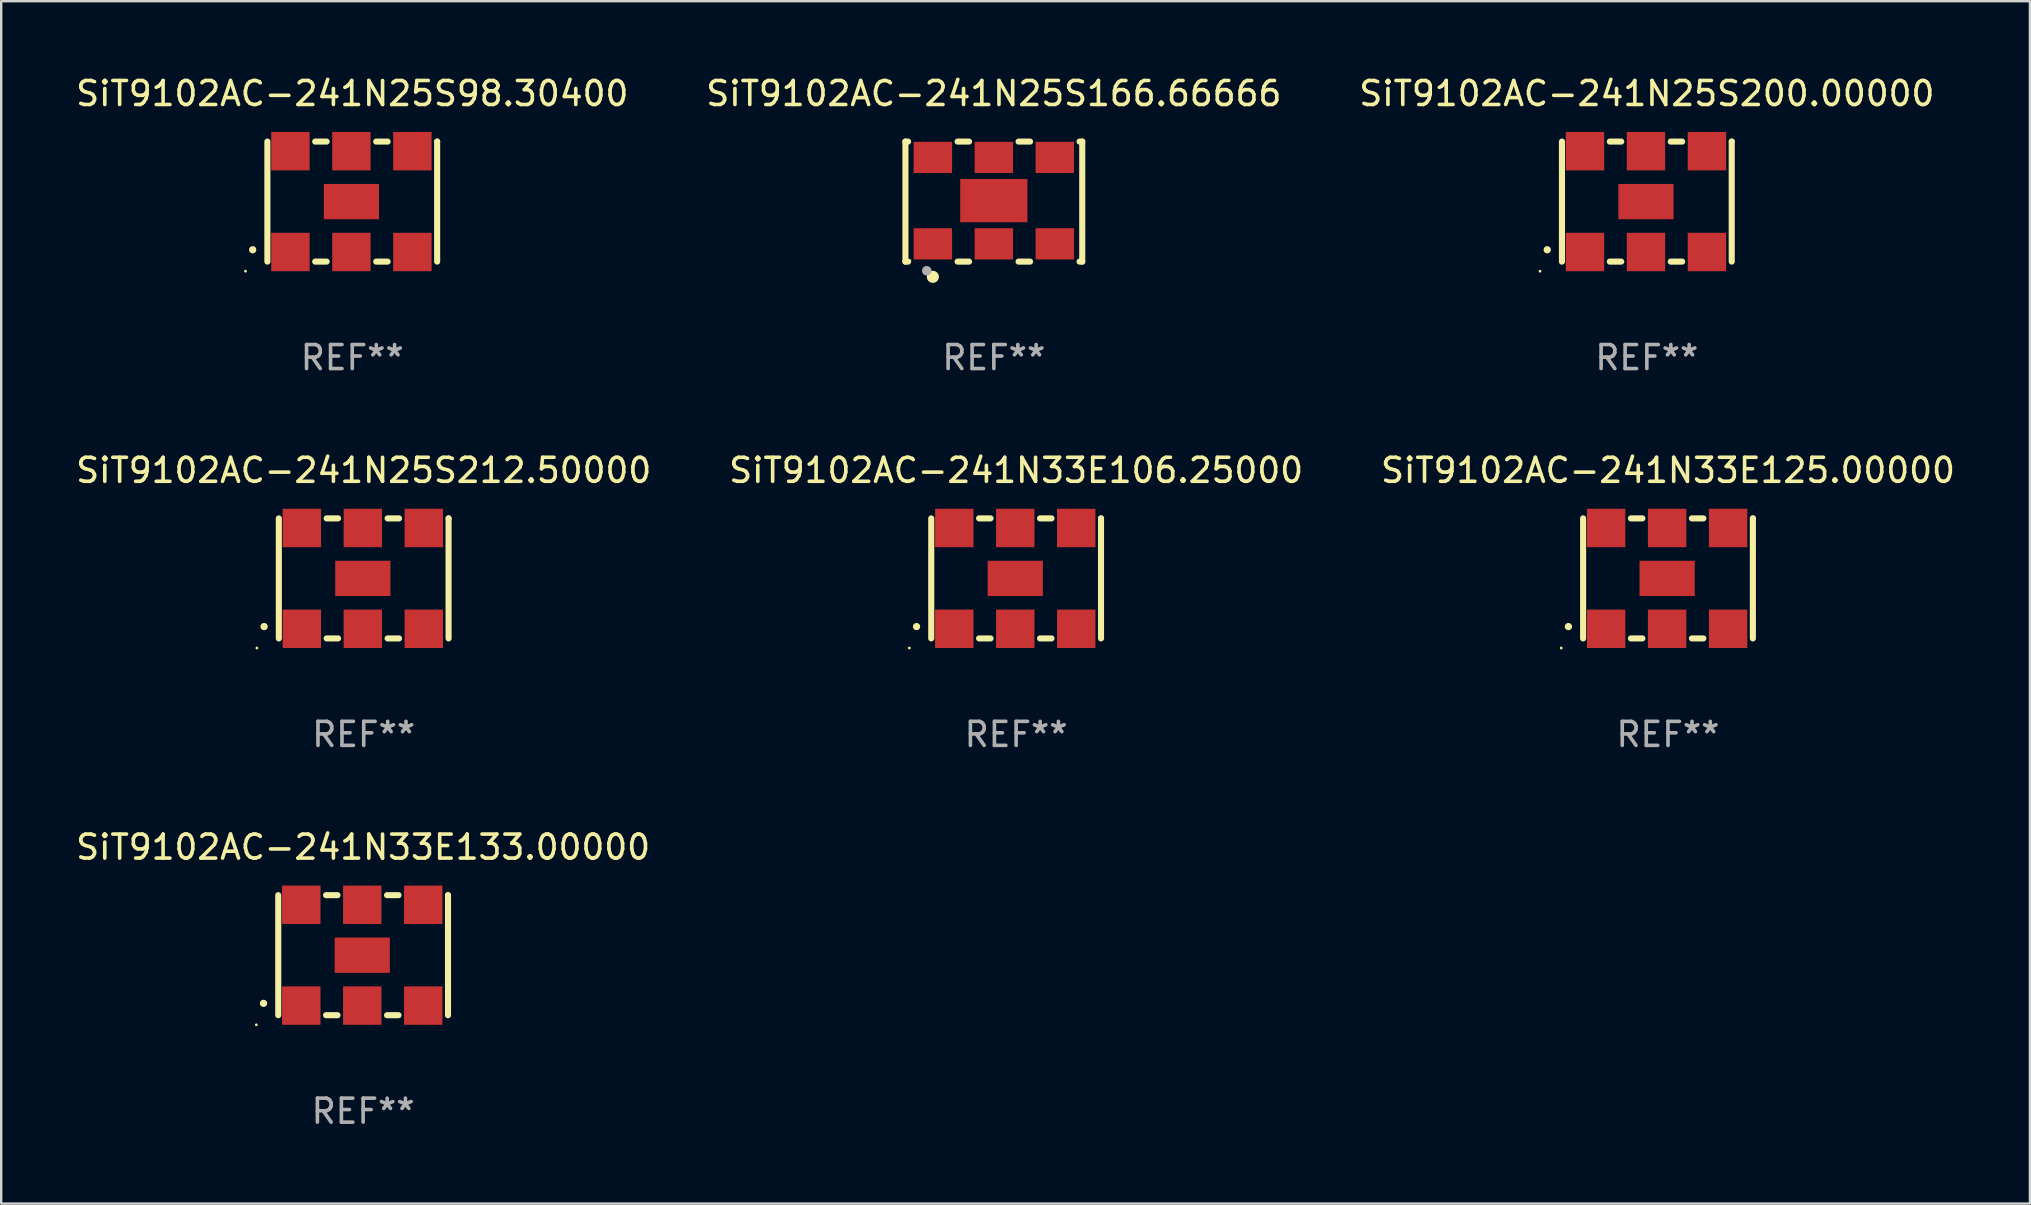
<source format=kicad_pcb>
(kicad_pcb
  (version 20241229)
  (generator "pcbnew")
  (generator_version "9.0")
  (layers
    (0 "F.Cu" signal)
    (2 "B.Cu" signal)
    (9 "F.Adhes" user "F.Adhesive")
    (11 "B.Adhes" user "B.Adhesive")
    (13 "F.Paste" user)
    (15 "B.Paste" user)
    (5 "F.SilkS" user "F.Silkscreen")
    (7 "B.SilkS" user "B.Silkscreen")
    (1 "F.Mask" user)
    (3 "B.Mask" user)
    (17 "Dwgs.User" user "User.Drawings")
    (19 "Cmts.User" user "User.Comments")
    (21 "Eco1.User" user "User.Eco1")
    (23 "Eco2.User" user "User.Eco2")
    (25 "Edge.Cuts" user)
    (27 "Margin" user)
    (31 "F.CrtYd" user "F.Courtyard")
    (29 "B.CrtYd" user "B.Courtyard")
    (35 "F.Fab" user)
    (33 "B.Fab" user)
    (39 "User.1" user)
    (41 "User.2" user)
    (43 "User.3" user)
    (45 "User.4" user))
  (footprint "SiT9102AC-241N25S98.30400"
    (layer "F.Cu")
    (at 11.625 5.348)
    (property "Reference" "SiT9102AC-241N25S98.30400" (at 0 -4.5 0) (layer "F.SilkS") (effects (font (size 1 1) (thickness 0.15))))
    (attr through_hole)
    (fp_line (start -3.536 -2.5) (end -3.536 2.5) (stroke (width 0.254) (type solid)) (layer "F.SilkS"))
    (fp_line (start -1.544 2.5) (end -1.067 2.5) (stroke (width 0.254) (type solid)) (layer "F.SilkS"))
    (fp_line (start -1.067 -2.5) (end -1.544 -2.5) (stroke (width 0.254) (type solid)) (layer "F.SilkS"))
    (fp_line (start 0.996 2.5) (end 1.473 2.5) (stroke (width 0.254) (type solid)) (layer "F.SilkS"))
    (fp_line (start 1.473 -2.5) (end 0.996 -2.5) (stroke (width 0.254) (type solid)) (layer "F.SilkS"))
    (fp_line (start 3.536 -2.5) (end 3.536 -2.5) (stroke (width 0.254) (type solid)) (layer "F.SilkS"))
    (fp_line (start 3.536 2.5) (end 3.536 -2.5) (stroke (width 0.254) (type solid)) (layer "F.SilkS"))
    (fp_arc (start -4.150432 2.006604) (mid -4.149162 2.006599) (end -4.147892 2.006604) (stroke (width 0.3) (type solid)) (layer "F.SilkS"))
    (fp_circle (center -4.449 2.9) (end -4.419 2.9) (stroke (width 0.06) (type solid)) (fill no) (layer "F.SilkS"))
    (fp_text user "REF**" (at 0 6.5 0) (layer "F.Fab") (effects (font (size 1 1) (thickness 0.15))))
    (pad "1" smd rect (at -2.576 2.1) (size 1.6 1.6) (layers "F.Cu" "F.Mask" "F.Paste"))
    (pad "2" smd rect (at -0.036 2.1) (size 1.6 1.6) (layers "F.Cu" "F.Mask" "F.Paste"))
    (pad "3" smd rect (at 2.504 2.1) (size 1.6 1.6) (layers "F.Cu" "F.Mask" "F.Paste"))
    (pad "4" smd rect (at 2.504 -2.1) (size 1.6 1.6) (layers "F.Cu" "F.Mask" "F.Paste"))
    (pad "5" smd rect (at -0.036 -2.1) (size 1.6 1.6) (layers "F.Cu" "F.Mask" "F.Paste"))
    (pad "6" smd rect (at -2.576 -2.1) (size 1.6 1.6) (layers "F.Cu" "F.Mask" "F.Paste"))
    (pad "7" smd rect (at -0.036 0) (size 2.3 1.47) (layers "F.Cu" "F.Mask" "F.Paste")))
  (footprint "SiT9102AC-241N33E133.00000"
    (layer "F.Cu")
    (at 12.077 36.741)
    (property "Reference" "SiT9102AC-241N33E133.00000" (at 0 -4.5 0) (layer "F.SilkS") (effects (font (size 1 1) (thickness 0.15))))
    (attr through_hole)
    (fp_line (start -3.536 -2.5) (end -3.536 2.5) (stroke (width 0.254) (type solid)) (layer "F.SilkS"))
    (fp_line (start -1.544 2.5) (end -1.067 2.5) (stroke (width 0.254) (type solid)) (layer "F.SilkS"))
    (fp_line (start -1.067 -2.5) (end -1.544 -2.5) (stroke (width 0.254) (type solid)) (layer "F.SilkS"))
    (fp_line (start 0.996 2.5) (end 1.473 2.5) (stroke (width 0.254) (type solid)) (layer "F.SilkS"))
    (fp_line (start 1.473 -2.5) (end 0.996 -2.5) (stroke (width 0.254) (type solid)) (layer "F.SilkS"))
    (fp_line (start 3.536 -2.5) (end 3.536 -2.5) (stroke (width 0.254) (type solid)) (layer "F.SilkS"))
    (fp_line (start 3.536 2.5) (end 3.536 -2.5) (stroke (width 0.254) (type solid)) (layer "F.SilkS"))
    (fp_arc (start -4.150432 2.006604) (mid -4.149162 2.006599) (end -4.147892 2.006604) (stroke (width 0.3) (type solid)) (layer "F.SilkS"))
    (fp_circle (center -4.449 2.9) (end -4.419 2.9) (stroke (width 0.06) (type solid)) (fill no) (layer "F.SilkS"))
    (fp_text user "REF**" (at 0 6.5 0) (layer "F.Fab") (effects (font (size 1 1) (thickness 0.15))))
    (pad "1" smd rect (at -2.576 2.1) (size 1.6 1.6) (layers "F.Cu" "F.Mask" "F.Paste"))
    (pad "2" smd rect (at -0.036 2.1) (size 1.6 1.6) (layers "F.Cu" "F.Mask" "F.Paste"))
    (pad "3" smd rect (at 2.504 2.1) (size 1.6 1.6) (layers "F.Cu" "F.Mask" "F.Paste"))
    (pad "4" smd rect (at 2.504 -2.1) (size 1.6 1.6) (layers "F.Cu" "F.Mask" "F.Paste"))
    (pad "5" smd rect (at -0.036 -2.1) (size 1.6 1.6) (layers "F.Cu" "F.Mask" "F.Paste"))
    (pad "6" smd rect (at -2.576 -2.1) (size 1.6 1.6) (layers "F.Cu" "F.Mask" "F.Paste"))
    (pad "7" smd rect (at -0.036 0) (size 2.3 1.47) (layers "F.Cu" "F.Mask" "F.Paste")))
  (footprint "SiT9102AC-241N25S212.50000"
    (layer "F.Cu")
    (at 12.101 21.045)
    (property "Reference" "SiT9102AC-241N25S212.50000" (at 0 -4.5 0) (layer "F.SilkS") (effects (font (size 1 1) (thickness 0.15))))
    (attr through_hole)
    (fp_line (start -3.536 -2.5) (end -3.536 2.5) (stroke (width 0.254) (type solid)) (layer "F.SilkS"))
    (fp_line (start -1.544 2.5) (end -1.067 2.5) (stroke (width 0.254) (type solid)) (layer "F.SilkS"))
    (fp_line (start -1.067 -2.5) (end -1.544 -2.5) (stroke (width 0.254) (type solid)) (layer "F.SilkS"))
    (fp_line (start 0.996 2.5) (end 1.473 2.5) (stroke (width 0.254) (type solid)) (layer "F.SilkS"))
    (fp_line (start 1.473 -2.5) (end 0.996 -2.5) (stroke (width 0.254) (type solid)) (layer "F.SilkS"))
    (fp_line (start 3.536 -2.5) (end 3.536 -2.5) (stroke (width 0.254) (type solid)) (layer "F.SilkS"))
    (fp_line (start 3.536 2.5) (end 3.536 -2.5) (stroke (width 0.254) (type solid)) (layer "F.SilkS"))
    (fp_arc (start -4.150432 2.006604) (mid -4.149162 2.006599) (end -4.147892 2.006604) (stroke (width 0.3) (type solid)) (layer "F.SilkS"))
    (fp_circle (center -4.449 2.9) (end -4.419 2.9) (stroke (width 0.06) (type solid)) (fill no) (layer "F.SilkS"))
    (fp_text user "REF**" (at 0 6.5 0) (layer "F.Fab") (effects (font (size 1 1) (thickness 0.15))))
    (pad "1" smd rect (at -2.576 2.1) (size 1.6 1.6) (layers "F.Cu" "F.Mask" "F.Paste"))
    (pad "2" smd rect (at -0.036 2.1) (size 1.6 1.6) (layers "F.Cu" "F.Mask" "F.Paste"))
    (pad "3" smd rect (at 2.504 2.1) (size 1.6 1.6) (layers "F.Cu" "F.Mask" "F.Paste"))
    (pad "4" smd rect (at 2.504 -2.1) (size 1.6 1.6) (layers "F.Cu" "F.Mask" "F.Paste"))
    (pad "5" smd rect (at -0.036 -2.1) (size 1.6 1.6) (layers "F.Cu" "F.Mask" "F.Paste"))
    (pad "6" smd rect (at -2.576 -2.1) (size 1.6 1.6) (layers "F.Cu" "F.Mask" "F.Paste"))
    (pad "7" smd rect (at -0.036 0) (size 2.3 1.47) (layers "F.Cu" "F.Mask" "F.Paste")))
  (footprint "SiT9102AC-241N33E106.25000"
    (layer "F.Cu")
    (at 39.28 21.045)
    (property "Reference" "SiT9102AC-241N33E106.25000" (at 0 -4.5 0) (layer "F.SilkS") (effects (font (size 1 1) (thickness 0.15))))
    (attr through_hole)
    (fp_line (start -3.536 -2.5) (end -3.536 2.5) (stroke (width 0.254) (type solid)) (layer "F.SilkS"))
    (fp_line (start -1.544 2.5) (end -1.067 2.5) (stroke (width 0.254) (type solid)) (layer "F.SilkS"))
    (fp_line (start -1.067 -2.5) (end -1.544 -2.5) (stroke (width 0.254) (type solid)) (layer "F.SilkS"))
    (fp_line (start 0.996 2.5) (end 1.473 2.5) (stroke (width 0.254) (type solid)) (layer "F.SilkS"))
    (fp_line (start 1.473 -2.5) (end 0.996 -2.5) (stroke (width 0.254) (type solid)) (layer "F.SilkS"))
    (fp_line (start 3.536 -2.5) (end 3.536 -2.5) (stroke (width 0.254) (type solid)) (layer "F.SilkS"))
    (fp_line (start 3.536 2.5) (end 3.536 -2.5) (stroke (width 0.254) (type solid)) (layer "F.SilkS"))
    (fp_arc (start -4.150432 2.006604) (mid -4.149162 2.006599) (end -4.147892 2.006604) (stroke (width 0.3) (type solid)) (layer "F.SilkS"))
    (fp_circle (center -4.449 2.9) (end -4.419 2.9) (stroke (width 0.06) (type solid)) (fill no) (layer "F.SilkS"))
    (fp_text user "REF**" (at 0 6.5 0) (layer "F.Fab") (effects (font (size 1 1) (thickness 0.15))))
    (pad "1" smd rect (at -2.576 2.1) (size 1.6 1.6) (layers "F.Cu" "F.Mask" "F.Paste"))
    (pad "2" smd rect (at -0.036 2.1) (size 1.6 1.6) (layers "F.Cu" "F.Mask" "F.Paste"))
    (pad "3" smd rect (at 2.504 2.1) (size 1.6 1.6) (layers "F.Cu" "F.Mask" "F.Paste"))
    (pad "4" smd rect (at 2.504 -2.1) (size 1.6 1.6) (layers "F.Cu" "F.Mask" "F.Paste"))
    (pad "5" smd rect (at -0.036 -2.1) (size 1.6 1.6) (layers "F.Cu" "F.Mask" "F.Paste"))
    (pad "6" smd rect (at -2.576 -2.1) (size 1.6 1.6) (layers "F.Cu" "F.Mask" "F.Paste"))
    (pad "7" smd rect (at -0.036 0) (size 2.3 1.47) (layers "F.Cu" "F.Mask" "F.Paste")))
  (footprint "SiT9102AC-241N25S166.66666"
    (layer "F.Cu")
    (at 38.351 5.348)
    (property "Reference" "SiT9102AC-241N25S166.66666" (at 0 -4.5 0) (layer "F.SilkS") (effects (font (size 1 1) (thickness 0.15))))
    (attr through_hole)
    (fp_line (start -3.683 -2.5) (end -3.571 -2.5) (stroke (width 0.254) (type solid)) (layer "F.SilkS"))
    (fp_line (start -3.683 2.5) (end -3.683 -2.5) (stroke (width 0.254) (type solid)) (layer "F.SilkS"))
    (fp_line (start -3.683 2.5) (end -3.571 2.5) (stroke (width 0.254) (type solid)) (layer "F.SilkS"))
    (fp_line (start -1.509 -2.5) (end -1.031 -2.5) (stroke (width 0.254) (type solid)) (layer "F.SilkS"))
    (fp_line (start -1.509 2.5) (end -1.031 2.5) (stroke (width 0.254) (type solid)) (layer "F.SilkS"))
    (fp_line (start 1.031 -2.5) (end 1.509 -2.5) (stroke (width 0.254) (type solid)) (layer "F.SilkS"))
    (fp_line (start 1.031 2.5) (end 1.509 2.5) (stroke (width 0.254) (type solid)) (layer "F.SilkS"))
    (fp_line (start 3.571 -2.5) (end 3.683 -2.5) (stroke (width 0.254) (type solid)) (layer "F.SilkS"))
    (fp_line (start 3.571 2.5) (end 3.683 2.5) (stroke (width 0.254) (type solid)) (layer "F.SilkS"))
    (fp_line (start 3.683 2.5) (end 3.683 -2.5) (stroke (width 0.254) (type solid)) (layer "F.SilkS"))
    (fp_circle (center -3.5 2.46) (end -3.47 2.46) (stroke (width 0.06) (type solid)) (fill no) (layer "F.SilkS"))
    (fp_circle (center -2.54 3.135) (end -2.413 3.135) (stroke (width 0.254) (type solid)) (fill no) (layer "F.SilkS"))
    (fp_circle (center -2.794 2.881) (end -2.694 2.881) (stroke (width 0.2) (type solid)) (fill no) (layer "F.Fab"))
    (fp_text user "REF**" (at 0 6.5 0) (layer "F.Fab") (effects (font (size 1 1) (thickness 0.15))))
    (pad "1" smd rect (at -2.54 1.76) (size 1.6 1.3) (layers "F.Cu" "F.Mask" "F.Paste"))
    (pad "2" smd rect (at 0 1.76) (size 1.6 1.3) (layers "F.Cu" "F.Mask" "F.Paste"))
    (pad "3" smd rect (at 2.54 1.76) (size 1.6 1.3) (layers "F.Cu" "F.Mask" "F.Paste"))
    (pad "4" smd rect (at 2.54 -1.84) (size 1.6 1.3) (layers "F.Cu" "F.Mask" "F.Paste"))
    (pad "5" smd rect (at 0 -1.84) (size 1.6 1.3) (layers "F.Cu" "F.Mask" "F.Paste"))
    (pad "6" smd rect (at -2.54 -1.84) (size 1.6 1.3) (layers "F.Cu" "F.Mask" "F.Paste"))
    (pad "7" smd rect (at 0 -0.04) (size 2.8 1.8) (layers "F.Cu" "F.Mask" "F.Paste")))
  (footprint "SiT9102AC-241N25S200.00000"
    (layer "F.Cu")
    (at 65.554 5.348)
    (property "Reference" "SiT9102AC-241N25S200.00000" (at 0 -4.5 0) (layer "F.SilkS") (effects (font (size 1 1) (thickness 0.15))))
    (attr through_hole)
    (fp_line (start -3.536 -2.5) (end -3.536 2.5) (stroke (width 0.254) (type solid)) (layer "F.SilkS"))
    (fp_line (start -1.544 2.5) (end -1.067 2.5) (stroke (width 0.254) (type solid)) (layer "F.SilkS"))
    (fp_line (start -1.067 -2.5) (end -1.544 -2.5) (stroke (width 0.254) (type solid)) (layer "F.SilkS"))
    (fp_line (start 0.996 2.5) (end 1.473 2.5) (stroke (width 0.254) (type solid)) (layer "F.SilkS"))
    (fp_line (start 1.473 -2.5) (end 0.996 -2.5) (stroke (width 0.254) (type solid)) (layer "F.SilkS"))
    (fp_line (start 3.536 -2.5) (end 3.536 -2.5) (stroke (width 0.254) (type solid)) (layer "F.SilkS"))
    (fp_line (start 3.536 2.5) (end 3.536 -2.5) (stroke (width 0.254) (type solid)) (layer "F.SilkS"))
    (fp_arc (start -4.150432 2.006604) (mid -4.149162 2.006599) (end -4.147892 2.006604) (stroke (width 0.3) (type solid)) (layer "F.SilkS"))
    (fp_circle (center -4.449 2.9) (end -4.419 2.9) (stroke (width 0.06) (type solid)) (fill no) (layer "F.SilkS"))
    (fp_text user "REF**" (at 0 6.5 0) (layer "F.Fab") (effects (font (size 1 1) (thickness 0.15))))
    (pad "1" smd rect (at -2.576 2.1) (size 1.6 1.6) (layers "F.Cu" "F.Mask" "F.Paste"))
    (pad "2" smd rect (at -0.036 2.1) (size 1.6 1.6) (layers "F.Cu" "F.Mask" "F.Paste"))
    (pad "3" smd rect (at 2.504 2.1) (size 1.6 1.6) (layers "F.Cu" "F.Mask" "F.Paste"))
    (pad "4" smd rect (at 2.504 -2.1) (size 1.6 1.6) (layers "F.Cu" "F.Mask" "F.Paste"))
    (pad "5" smd rect (at -0.036 -2.1) (size 1.6 1.6) (layers "F.Cu" "F.Mask" "F.Paste"))
    (pad "6" smd rect (at -2.576 -2.1) (size 1.6 1.6) (layers "F.Cu" "F.Mask" "F.Paste"))
    (pad "7" smd rect (at -0.036 0) (size 2.3 1.47) (layers "F.Cu" "F.Mask" "F.Paste")))
  (footprint "SiT9102AC-241N33E125.00000"
    (layer "F.Cu")
    (at 66.435 21.045)
    (property "Reference" "SiT9102AC-241N33E125.00000" (at 0 -4.5 0) (layer "F.SilkS") (effects (font (size 1 1) (thickness 0.15))))
    (attr through_hole)
    (fp_line (start -3.536 -2.5) (end -3.536 2.5) (stroke (width 0.254) (type solid)) (layer "F.SilkS"))
    (fp_line (start -1.544 2.5) (end -1.067 2.5) (stroke (width 0.254) (type solid)) (layer "F.SilkS"))
    (fp_line (start -1.067 -2.5) (end -1.544 -2.5) (stroke (width 0.254) (type solid)) (layer "F.SilkS"))
    (fp_line (start 0.996 2.5) (end 1.473 2.5) (stroke (width 0.254) (type solid)) (layer "F.SilkS"))
    (fp_line (start 1.473 -2.5) (end 0.996 -2.5) (stroke (width 0.254) (type solid)) (layer "F.SilkS"))
    (fp_line (start 3.536 -2.5) (end 3.536 -2.5) (stroke (width 0.254) (type solid)) (layer "F.SilkS"))
    (fp_line (start 3.536 2.5) (end 3.536 -2.5) (stroke (width 0.254) (type solid)) (layer "F.SilkS"))
    (fp_arc (start -4.150432 2.006604) (mid -4.149162 2.006599) (end -4.147892 2.006604) (stroke (width 0.3) (type solid)) (layer "F.SilkS"))
    (fp_circle (center -4.449 2.9) (end -4.419 2.9) (stroke (width 0.06) (type solid)) (fill no) (layer "F.SilkS"))
    (fp_text user "REF**" (at 0 6.5 0) (layer "F.Fab") (effects (font (size 1 1) (thickness 0.15))))
    (pad "1" smd rect (at -2.576 2.1) (size 1.6 1.6) (layers "F.Cu" "F.Mask" "F.Paste"))
    (pad "2" smd rect (at -0.036 2.1) (size 1.6 1.6) (layers "F.Cu" "F.Mask" "F.Paste"))
    (pad "3" smd rect (at 2.504 2.1) (size 1.6 1.6) (layers "F.Cu" "F.Mask" "F.Paste"))
    (pad "4" smd rect (at 2.504 -2.1) (size 1.6 1.6) (layers "F.Cu" "F.Mask" "F.Paste"))
    (pad "5" smd rect (at -0.036 -2.1) (size 1.6 1.6) (layers "F.Cu" "F.Mask" "F.Paste"))
    (pad "6" smd rect (at -2.576 -2.1) (size 1.6 1.6) (layers "F.Cu" "F.Mask" "F.Paste"))
    (pad "7" smd rect (at -0.036 0) (size 2.3 1.47) (layers "F.Cu" "F.Mask" "F.Paste")))
  (gr_rect
    (start -3 -3)
    (end 81.512 47.09)
    (stroke (width 0.1) (type default))
    (fill no)
    (layer "Edge.Cuts")))
</source>
